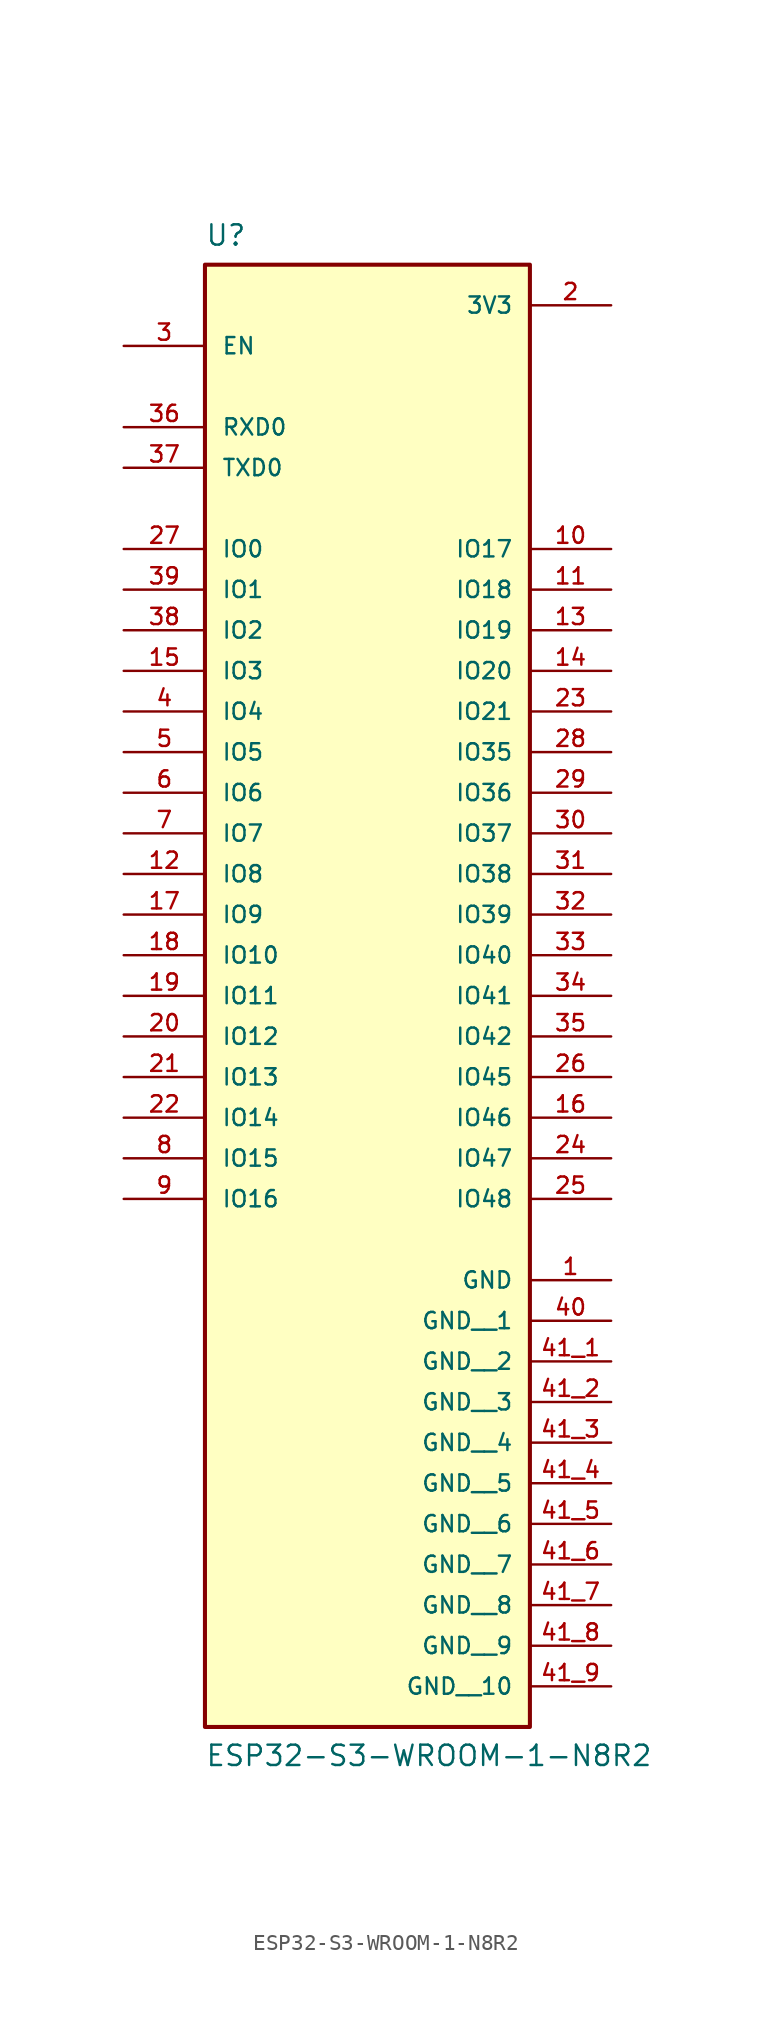
<source format=kicad_sym>
(kicad_symbol_lib
  (version 20211014)
  (generator kicad_symbol_editor)
  (symbol "ESP32-S3-WROOM-1-N8R2"
    (pin_names
      (offset 1.016))
    (property "Reference" "U"
      (at -10.16 34.112 0)
      (effects (font (size 1.27 1.27)) (justify bottom left)))
    (property "Value" "ESP32-S3-WROOM-1-N8R2"
      (at -10.16 -60.96 0)
      (effects (font (size 1.27 1.27)) (justify bottom left)))
    (symbol "ESP32-S3-WROOM-1-N8R2_0_0"
      (rectangle (start -10.16 -58.42) (end 10.16 33.02) (stroke (width 0.254)) (fill (type background)))
      (pin power_in line (at 15.24 -30.48 180.0) (length 5.08) (name "GND" (effects (font (size 1.016 1.016)))) (number "1" (effects (font (size 1.016 1.016)))))
      (pin power_in line (at 15.24 30.48 180.0) (length 5.08) (name "3V3" (effects (font (size 1.016 1.016)))) (number "2" (effects (font (size 1.016 1.016)))))
      (pin input line (at -15.24 27.94 0) (length 5.08) (name "EN" (effects (font (size 1.016 1.016)))) (number "3" (effects (font (size 1.016 1.016)))))
      (pin bidirectional line (at 15.24 2.54 180.0) (length 5.08) (name "IO35" (effects (font (size 1.016 1.016)))) (number "28" (effects (font (size 1.016 1.016)))))
      (pin bidirectional line (at 15.24 -12.7 180.0) (length 5.08) (name "IO41" (effects (font (size 1.016 1.016)))) (number "34" (effects (font (size 1.016 1.016)))))
      (pin bidirectional line (at 15.24 -7.62 180.0) (length 5.08) (name "IO39" (effects (font (size 1.016 1.016)))) (number "32" (effects (font (size 1.016 1.016)))))
      (pin bidirectional line (at 15.24 -10.16 180.0) (length 5.08) (name "IO40" (effects (font (size 1.016 1.016)))) (number "33" (effects (font (size 1.016 1.016)))))
      (pin bidirectional line (at -15.24 -20.32 0) (length 5.08) (name "IO14" (effects (font (size 1.016 1.016)))) (number "22" (effects (font (size 1.016 1.016)))))
      (pin bidirectional line (at -15.24 -15.24 0) (length 5.08) (name "IO12" (effects (font (size 1.016 1.016)))) (number "20" (effects (font (size 1.016 1.016)))))
      (pin bidirectional line (at -15.24 -17.78 0) (length 5.08) (name "IO13" (effects (font (size 1.016 1.016)))) (number "21" (effects (font (size 1.016 1.016)))))
      (pin bidirectional line (at -15.24 -22.86 0) (length 5.08) (name "IO15" (effects (font (size 1.016 1.016)))) (number "8" (effects (font (size 1.016 1.016)))))
      (pin bidirectional line (at -15.24 10.16 0) (length 5.08) (name "IO2" (effects (font (size 1.016 1.016)))) (number "38" (effects (font (size 1.016 1.016)))))
      (pin bidirectional line (at -15.24 15.24 0) (length 5.08) (name "IO0" (effects (font (size 1.016 1.016)))) (number "27" (effects (font (size 1.016 1.016)))))
      (pin bidirectional line (at -15.24 5.08 0) (length 5.08) (name "IO4" (effects (font (size 1.016 1.016)))) (number "4" (effects (font (size 1.016 1.016)))))
      (pin bidirectional line (at -15.24 -25.4 0) (length 5.08) (name "IO16" (effects (font (size 1.016 1.016)))) (number "9" (effects (font (size 1.016 1.016)))))
      (pin bidirectional line (at 15.24 15.24 180.0) (length 5.08) (name "IO17" (effects (font (size 1.016 1.016)))) (number "10" (effects (font (size 1.016 1.016)))))
      (pin bidirectional line (at -15.24 2.54 0) (length 5.08) (name "IO5" (effects (font (size 1.016 1.016)))) (number "5" (effects (font (size 1.016 1.016)))))
      (pin bidirectional line (at 15.24 12.7 180.0) (length 5.08) (name "IO18" (effects (font (size 1.016 1.016)))) (number "11" (effects (font (size 1.016 1.016)))))
      (pin bidirectional line (at 15.24 10.16 180.0) (length 5.08) (name "IO19" (effects (font (size 1.016 1.016)))) (number "13" (effects (font (size 1.016 1.016)))))
      (pin bidirectional line (at 15.24 5.08 180.0) (length 5.08) (name "IO21" (effects (font (size 1.016 1.016)))) (number "23" (effects (font (size 1.016 1.016)))))
      (pin bidirectional line (at 15.24 -2.54 180.0) (length 5.08) (name "IO37" (effects (font (size 1.016 1.016)))) (number "30" (effects (font (size 1.016 1.016)))))
      (pin bidirectional line (at 15.24 -5.08 180.0) (length 5.08) (name "IO38" (effects (font (size 1.016 1.016)))) (number "31" (effects (font (size 1.016 1.016)))))
      (pin bidirectional line (at -15.24 12.7 0) (length 5.08) (name "IO1" (effects (font (size 1.016 1.016)))) (number "39" (effects (font (size 1.016 1.016)))))
      (pin bidirectional line (at -15.24 7.62 0) (length 5.08) (name "IO3" (effects (font (size 1.016 1.016)))) (number "15" (effects (font (size 1.016 1.016)))))
      (pin bidirectional line (at -15.24 0.0 0) (length 5.08) (name "IO6" (effects (font (size 1.016 1.016)))) (number "6" (effects (font (size 1.016 1.016)))))
      (pin bidirectional line (at -15.24 -2.54 0) (length 5.08) (name "IO7" (effects (font (size 1.016 1.016)))) (number "7" (effects (font (size 1.016 1.016)))))
      (pin bidirectional line (at -15.24 -5.08 0) (length 5.08) (name "IO8" (effects (font (size 1.016 1.016)))) (number "12" (effects (font (size 1.016 1.016)))))
      (pin bidirectional line (at -15.24 -7.62 0) (length 5.08) (name "IO9" (effects (font (size 1.016 1.016)))) (number "17" (effects (font (size 1.016 1.016)))))
      (pin bidirectional line (at -15.24 -10.16 0) (length 5.08) (name "IO10" (effects (font (size 1.016 1.016)))) (number "18" (effects (font (size 1.016 1.016)))))
      (pin bidirectional line (at -15.24 -12.7 0) (length 5.08) (name "IO11" (effects (font (size 1.016 1.016)))) (number "19" (effects (font (size 1.016 1.016)))))
      (pin bidirectional line (at 15.24 0.0 180.0) (length 5.08) (name "IO36" (effects (font (size 1.016 1.016)))) (number "29" (effects (font (size 1.016 1.016)))))
      (pin bidirectional line (at 15.24 -15.24 180.0) (length 5.08) (name "IO42" (effects (font (size 1.016 1.016)))) (number "35" (effects (font (size 1.016 1.016)))))
      (pin bidirectional line (at 15.24 7.62 180.0) (length 5.08) (name "IO20" (effects (font (size 1.016 1.016)))) (number "14" (effects (font (size 1.016 1.016)))))
      (pin bidirectional line (at -15.24 20.32 0) (length 5.08) (name "TXD0" (effects (font (size 1.016 1.016)))) (number "37" (effects (font (size 1.016 1.016)))))
      (pin bidirectional line (at -15.24 22.86 0) (length 5.08) (name "RXD0" (effects (font (size 1.016 1.016)))) (number "36" (effects (font (size 1.016 1.016)))))
      (pin bidirectional line (at 15.24 -17.78 180.0) (length 5.08) (name "IO45" (effects (font (size 1.016 1.016)))) (number "26" (effects (font (size 1.016 1.016)))))
      (pin bidirectional line (at 15.24 -20.32 180.0) (length 5.08) (name "IO46" (effects (font (size 1.016 1.016)))) (number "16" (effects (font (size 1.016 1.016)))))
      (pin bidirectional line (at 15.24 -22.86 180.0) (length 5.08) (name "IO47" (effects (font (size 1.016 1.016)))) (number "24" (effects (font (size 1.016 1.016)))))
      (pin bidirectional line (at 15.24 -25.4 180.0) (length 5.08) (name "IO48" (effects (font (size 1.016 1.016)))) (number "25" (effects (font (size 1.016 1.016)))))
      (pin power_in line (at 15.24 -33.02 180.0) (length 5.08) (name "GND__1" (effects (font (size 1.016 1.016)))) (number "40" (effects (font (size 1.016 1.016)))))
      (pin power_in line (at 15.24 -35.56 180.0) (length 5.08) (name "GND__2" (effects (font (size 1.016 1.016)))) (number "41_1" (effects (font (size 1.016 1.016)))))
      (pin power_in line (at 15.24 -38.1 180.0) (length 5.08) (name "GND__3" (effects (font (size 1.016 1.016)))) (number "41_2" (effects (font (size 1.016 1.016)))))
      (pin power_in line (at 15.24 -40.64 180.0) (length 5.08) (name "GND__4" (effects (font (size 1.016 1.016)))) (number "41_3" (effects (font (size 1.016 1.016)))))
      (pin power_in line (at 15.24 -43.18 180.0) (length 5.08) (name "GND__5" (effects (font (size 1.016 1.016)))) (number "41_4" (effects (font (size 1.016 1.016)))))
      (pin power_in line (at 15.24 -45.72 180.0) (length 5.08) (name "GND__6" (effects (font (size 1.016 1.016)))) (number "41_5" (effects (font (size 1.016 1.016)))))
      (pin power_in line (at 15.24 -48.26 180.0) (length 5.08) (name "GND__7" (effects (font (size 1.016 1.016)))) (number "41_6" (effects (font (size 1.016 1.016)))))
      (pin power_in line (at 15.24 -50.8 180.0) (length 5.08) (name "GND__8" (effects (font (size 1.016 1.016)))) (number "41_7" (effects (font (size 1.016 1.016)))))
      (pin power_in line (at 15.24 -53.34 180.0) (length 5.08) (name "GND__9" (effects (font (size 1.016 1.016)))) (number "41_8" (effects (font (size 1.016 1.016)))))
      (pin power_in line (at 15.24 -55.88 180.0) (length 5.08) (name "GND__10" (effects (font (size 1.016 1.016)))) (number "41_9" (effects (font (size 1.016 1.016))))))))
</source>
